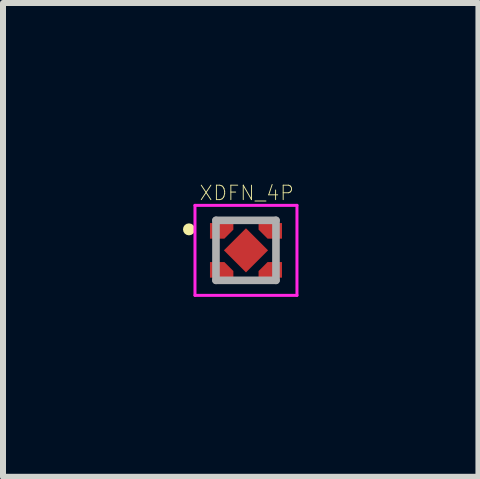
<source format=kicad_pcb>
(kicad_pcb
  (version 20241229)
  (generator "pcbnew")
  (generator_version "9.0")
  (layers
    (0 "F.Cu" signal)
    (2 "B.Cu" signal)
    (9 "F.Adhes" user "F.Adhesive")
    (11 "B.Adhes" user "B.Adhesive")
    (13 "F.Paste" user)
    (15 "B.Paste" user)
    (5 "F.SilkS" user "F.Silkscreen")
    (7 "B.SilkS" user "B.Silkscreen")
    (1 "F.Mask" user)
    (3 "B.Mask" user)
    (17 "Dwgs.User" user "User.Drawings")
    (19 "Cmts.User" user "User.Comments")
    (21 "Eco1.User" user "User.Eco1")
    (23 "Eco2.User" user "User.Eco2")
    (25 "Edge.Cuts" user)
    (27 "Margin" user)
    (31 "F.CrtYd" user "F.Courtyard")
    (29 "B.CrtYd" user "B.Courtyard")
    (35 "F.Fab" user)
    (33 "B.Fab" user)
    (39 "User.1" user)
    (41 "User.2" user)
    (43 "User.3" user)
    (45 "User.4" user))
  (footprint "XDFN_4P"
    (layer "F.Cu")
    (at 1.05 1.123)
    (property "Reference" "XDFN_4P" (at 0.012 -0.956 0) (layer "F.SilkS") (effects (font (size 0.241 0.241) (thickness 0.015))))
    (attr through_hole)
    (fp_poly (pts (xy -0.21 -0.455) (xy -0.21 -0.345) (xy -0.36 -0.195) (xy -0.6 -0.195) (xy -0.6 -0.455) (xy -0.21 -0.455) (xy -0.21 -0.345)) (stroke (width 0.0001) (type solid)) (fill yes) (layer "F.Cu"))
    (fp_poly (pts (xy -0.21 0.455) (xy -0.21 0.345) (xy -0.36 0.195) (xy -0.6 0.195) (xy -0.6 0.455) (xy -0.21 0.455) (xy -0.21 0.345)) (stroke (width 0.0001) (type solid)) (fill yes) (layer "F.Cu"))
    (fp_poly (pts (xy 0.21 -0.455) (xy 0.21 -0.345) (xy 0.36 -0.195) (xy 0.6 -0.195) (xy 0.6 -0.455) (xy 0.21 -0.455) (xy 0.21 -0.345)) (stroke (width 0.0001) (type solid)) (fill yes) (layer "F.Cu"))
    (fp_poly (pts (xy 0.21 0.455) (xy 0.21 0.345) (xy 0.36 0.195) (xy 0.6 0.195) (xy 0.6 0.455) (xy 0.21 0.455) (xy 0.21 0.345)) (stroke (width 0.0001) (type solid)) (fill yes) (layer "F.Cu"))
    (fp_poly (pts (xy -0.11 -0.555) (xy -0.11 -0.345) (xy -0.36 -0.095) (xy -0.7 -0.095) (xy -0.7 -0.555)) (stroke (width 0.0001) (type solid)) (fill yes) (layer "F.Mask"))
    (fp_poly (pts (xy -0.11 0.555) (xy -0.11 0.345) (xy -0.36 0.095) (xy -0.7 0.095) (xy -0.7 0.555)) (stroke (width 0.0001) (type solid)) (fill yes) (layer "F.Mask"))
    (fp_poly (pts (xy 0.11 -0.555) (xy 0.11 -0.345) (xy 0.36 -0.095) (xy 0.7 -0.095) (xy 0.7 -0.555)) (stroke (width 0.0001) (type solid)) (fill yes) (layer "F.Mask"))
    (fp_poly (pts (xy 0.11 0.555) (xy 0.11 0.345) (xy 0.36 0.095) (xy 0.7 0.095) (xy 0.7 0.555)) (stroke (width 0.0001) (type solid)) (fill yes) (layer "F.Mask"))
    (fp_circle (center -0.95 -0.35) (end -0.9 -0.35) (stroke (width 0.1) (type solid)) (fill no) (layer "F.SilkS"))
    (fp_poly (pts (xy -0.21 -0.455) (xy -0.21 -0.345) (xy -0.36 -0.195) (xy -0.6 -0.195) (xy -0.6 -0.455) (xy -0.21 -0.455) (xy -0.21 -0.345)) (stroke (width 0.0001) (type solid)) (fill yes) (layer "F.Paste"))
    (fp_poly (pts (xy -0.21 0.455) (xy -0.21 0.345) (xy -0.36 0.195) (xy -0.6 0.195) (xy -0.6 0.455) (xy -0.21 0.455) (xy -0.21 0.345)) (stroke (width 0.0001) (type solid)) (fill yes) (layer "F.Paste"))
    (fp_poly (pts (xy 0.21 -0.455) (xy 0.21 -0.345) (xy 0.36 -0.195) (xy 0.6 -0.195) (xy 0.6 -0.455) (xy 0.21 -0.455) (xy 0.21 -0.345)) (stroke (width 0.0001) (type solid)) (fill yes) (layer "F.Paste"))
    (fp_poly (pts (xy 0.21 0.455) (xy 0.21 0.345) (xy 0.36 0.195) (xy 0.6 0.195) (xy 0.6 0.455) (xy 0.21 0.455) (xy 0.21 0.345)) (stroke (width 0.0001) (type solid)) (fill yes) (layer "F.Paste"))
    (fp_line (start -0.85 -0.75) (end 0.85 -0.75) (stroke (width 0.05) (type solid)) (layer "F.CrtYd"))
    (fp_line (start -0.85 0.75) (end -0.85 -0.75) (stroke (width 0.05) (type solid)) (layer "F.CrtYd"))
    (fp_line (start 0.85 -0.75) (end 0.85 0.75) (stroke (width 0.05) (type solid)) (layer "F.CrtYd"))
    (fp_line (start 0.85 0.75) (end -0.85 0.75) (stroke (width 0.05) (type solid)) (layer "F.CrtYd"))
    (fp_line (start -0.5 -0.5) (end 0.5 -0.5) (stroke (width 0.127) (type solid)) (layer "F.Fab"))
    (fp_line (start -0.5 0.5) (end -0.5 -0.5) (stroke (width 0.127) (type solid)) (layer "F.Fab"))
    (fp_line (start 0.5 -0.5) (end 0.5 0.5) (stroke (width 0.127) (type solid)) (layer "F.Fab"))
    (fp_line (start 0.5 0.5) (end -0.5 0.5) (stroke (width 0.127) (type solid)) (layer "F.Fab"))
    (pad "1" smd rect (at -0.45 -0.3) (size 0.1 0.1) (layers "F.Cu"))
    (pad "2" smd rect (at -0.45 0.3) (size 0.1 0.1) (layers "F.Cu"))
    (pad "3" smd rect (at 0.45 0.3) (size 0.1 0.1) (layers "F.Cu"))
    (pad "4" smd rect (at 0.45 -0.3) (size 0.1 0.1) (layers "F.Cu"))
    (pad "5" smd rect (at 0 0 45) (size 0.52 0.52) (layers "F.Cu" "F.Mask" "F.Paste")))
  (gr_rect
    (start -3 -3)
    (end 4.925 4.898)
    (stroke (width 0.1) (type default))
    (fill no)
    (layer "Edge.Cuts")))
</source>
